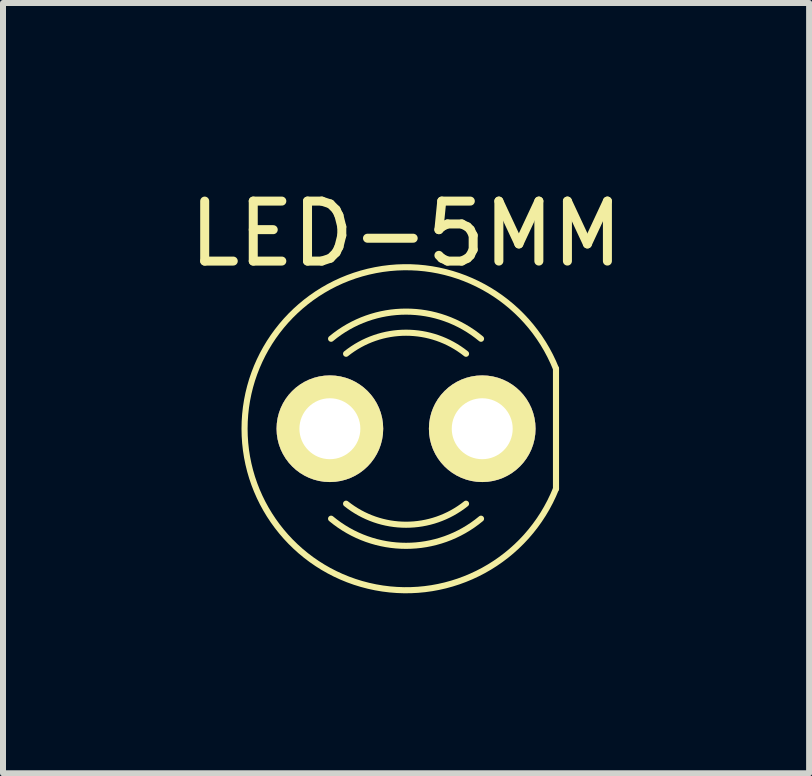
<source format=kicad_pcb>
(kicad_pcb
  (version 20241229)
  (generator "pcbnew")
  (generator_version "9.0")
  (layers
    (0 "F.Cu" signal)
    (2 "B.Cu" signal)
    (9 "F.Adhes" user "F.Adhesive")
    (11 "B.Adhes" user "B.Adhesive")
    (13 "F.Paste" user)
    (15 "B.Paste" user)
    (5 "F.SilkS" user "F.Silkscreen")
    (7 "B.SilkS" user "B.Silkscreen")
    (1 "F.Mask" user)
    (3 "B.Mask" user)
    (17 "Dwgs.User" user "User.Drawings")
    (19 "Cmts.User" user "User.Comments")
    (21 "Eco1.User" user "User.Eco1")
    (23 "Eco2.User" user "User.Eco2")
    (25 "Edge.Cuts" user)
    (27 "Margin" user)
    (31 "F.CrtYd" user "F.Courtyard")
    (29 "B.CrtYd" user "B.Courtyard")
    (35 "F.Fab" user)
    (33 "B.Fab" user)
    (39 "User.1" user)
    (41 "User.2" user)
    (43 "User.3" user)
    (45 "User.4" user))
  (footprint "LED-5MM"
    (layer "F.Cu")
    (at 3.72 4.098)
    (property "Reference" "LED-5MM" (at 0 -3.25 0) (layer "F.SilkS") (effects (font (size 1 1) (thickness 0.15))))
    (attr through_hole)
    (fp_line (start 2.5 -1) (end 2.5 1) (stroke (width 0.102) (type solid)) (layer "F.SilkS"))
    (fp_arc (start -1.25 -1.5) (mid 0 -1.952562) (end 1.25 -1.5) (stroke (width 0.1016) (type solid)) (layer "F.SilkS"))
    (fp_arc (start -1 -1.25) (mid 0 -1.600781) (end 1 -1.25) (stroke (width 0.1016) (type solid)) (layer "F.SilkS"))
    (fp_arc (start 1 1.25) (mid 0 1.600781) (end -1 1.25) (stroke (width 0.1016) (type solid)) (layer "F.SilkS"))
    (fp_arc (start 1.25 1.5) (mid 0 1.952562) (end -1.25 1.5) (stroke (width 0.1016) (type solid)) (layer "F.SilkS"))
    (fp_arc (start 2.5 1) (mid -2.692582 0) (end 2.5 -1) (stroke (width 0.1016) (type solid)) (layer "F.SilkS"))
    (pad "1" thru_hole circle (at -1.27 0) (size 1.778 1.778) (drill 1.016) (layers "*.Cu" "*.Mask" "F.SilkS"))
    (pad "2" thru_hole circle (at 1.27 0) (size 1.778 1.778) (drill 1.016) (layers "*.Cu" "*.Mask" "F.SilkS")))
  (gr_rect
    (start -3 -3)
    (end 10.44 9.842)
    (stroke (width 0.1) (type default))
    (fill no)
    (layer "Edge.Cuts")))
</source>
